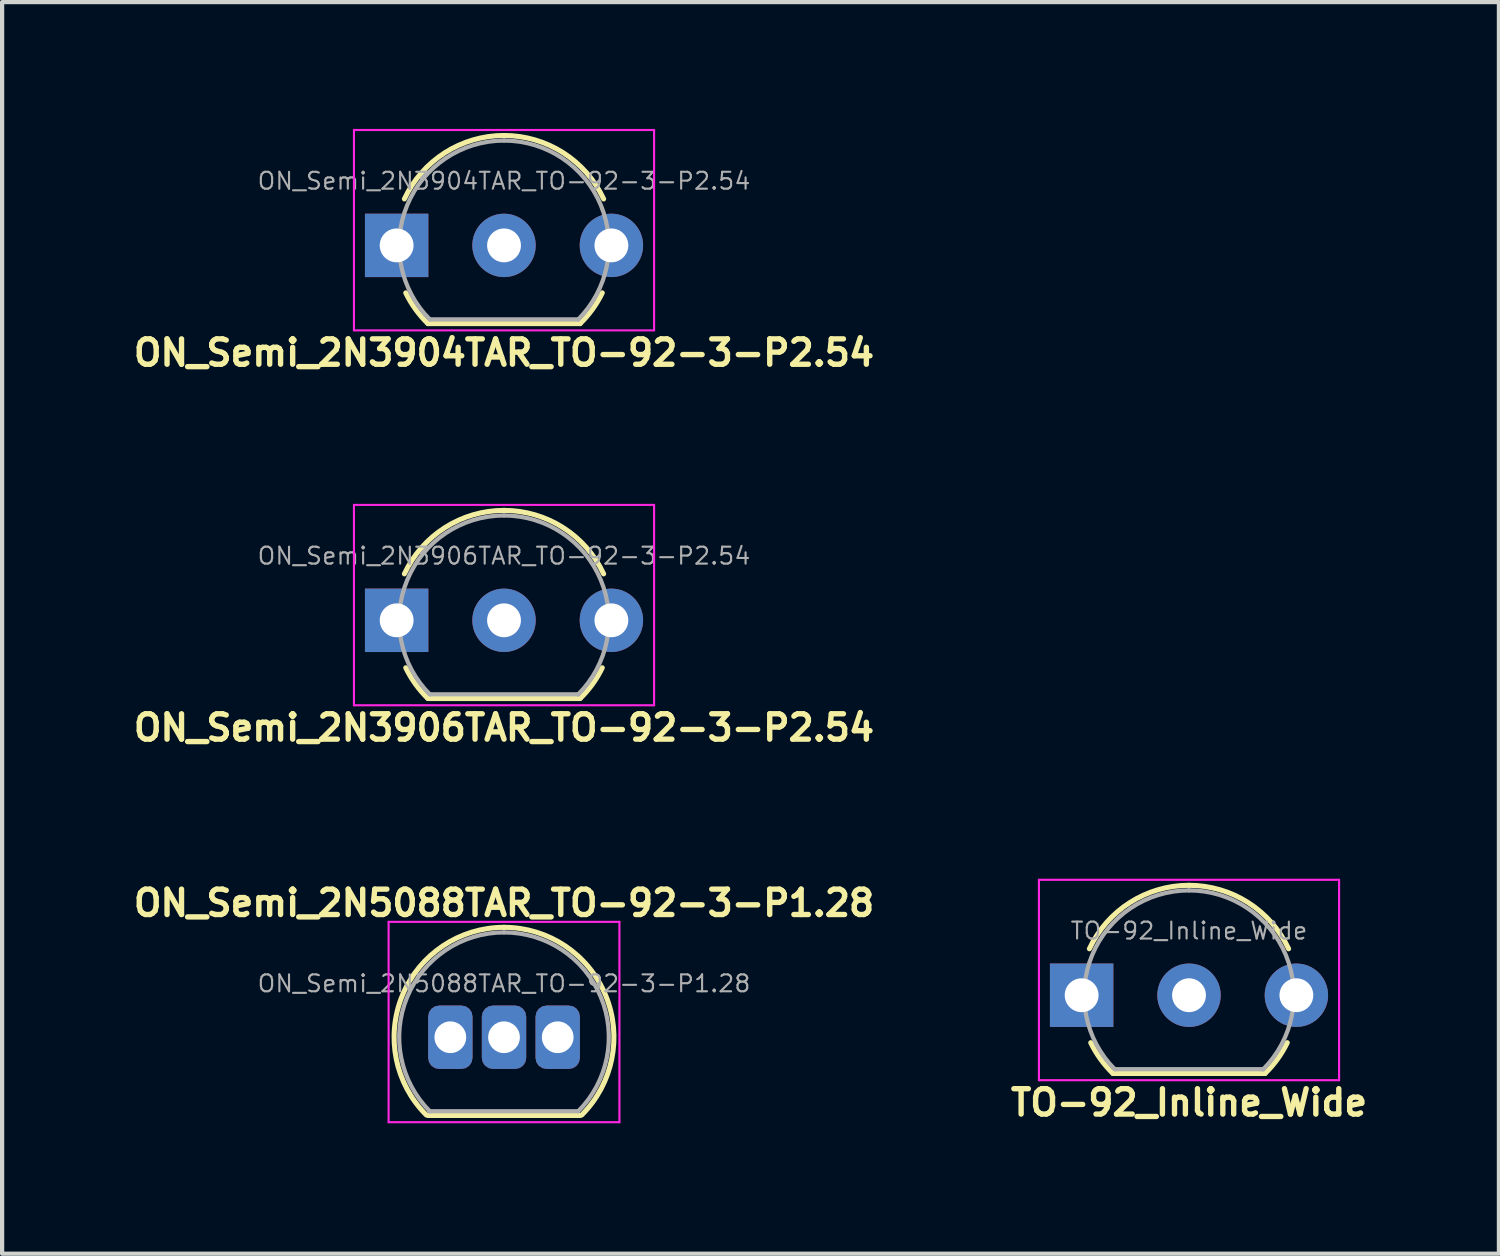
<source format=kicad_pcb>
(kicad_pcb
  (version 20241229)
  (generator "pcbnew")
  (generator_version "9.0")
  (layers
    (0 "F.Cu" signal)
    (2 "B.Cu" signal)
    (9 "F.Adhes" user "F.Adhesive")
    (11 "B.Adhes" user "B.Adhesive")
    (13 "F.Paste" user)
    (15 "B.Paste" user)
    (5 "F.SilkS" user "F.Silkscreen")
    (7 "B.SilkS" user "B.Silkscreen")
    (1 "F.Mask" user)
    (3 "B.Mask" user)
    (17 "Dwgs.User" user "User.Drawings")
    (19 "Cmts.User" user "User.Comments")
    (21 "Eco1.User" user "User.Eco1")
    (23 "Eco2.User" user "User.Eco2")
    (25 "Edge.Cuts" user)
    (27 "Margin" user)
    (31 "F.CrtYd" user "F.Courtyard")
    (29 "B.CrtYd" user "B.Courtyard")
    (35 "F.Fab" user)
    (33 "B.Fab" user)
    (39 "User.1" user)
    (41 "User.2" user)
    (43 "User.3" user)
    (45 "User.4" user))
  (footprint "ON_Semi_2N5088TAR_TO-92-3-P1.28"
    (layer "F.Cu")
    (at 8.873 21.487)
    (property "Reference" "ON_Semi_2N5088TAR_TO-92-3-P1.28" (at 0 -3.175 0) (layer "F.SilkS") (effects (font (size 0.6 0.6) (thickness 0.127))))
    (attr through_hole)
    (fp_line (start -1.8 1.85) (end 1.8 1.85) (stroke (width 0.12) (type solid)) (layer "F.SilkS"))
    (fp_arc (start -1.838478 1.838478) (mid -2.402087 -0.994977) (end 0 -2.6) (stroke (width 0.12) (type solid)) (layer "F.SilkS"))
    (fp_arc (start 0 -2.6) (mid 2.402087 -0.994977) (end 1.838478 1.838478) (stroke (width 0.12) (type solid)) (layer "F.SilkS"))
    (fp_line (start -2.73 -2.73) (end -2.73 2.01) (stroke (width 0.05) (type solid)) (layer "F.CrtYd"))
    (fp_line (start -2.73 -2.73) (end 2.73 -2.73) (stroke (width 0.05) (type solid)) (layer "F.CrtYd"))
    (fp_line (start 2.73 2.01) (end -2.73 2.01) (stroke (width 0.05) (type solid)) (layer "F.CrtYd"))
    (fp_line (start 2.73 2.01) (end 2.73 -2.73) (stroke (width 0.05) (type solid)) (layer "F.CrtYd"))
    (fp_line (start -1.77 1.75) (end 1.73 1.75) (stroke (width 0.1) (type solid)) (layer "F.Fab"))
    (fp_arc (start -1.753625 1.753625) (mid -2.291221 -0.949055) (end 0 -2.48) (stroke (width 0.1) (type solid)) (layer "F.Fab"))
    (fp_arc (start 0 -2.48) (mid 2.291221 -0.949055) (end 1.753625 1.753625) (stroke (width 0.1) (type solid)) (layer "F.Fab"))
    (fp_text user "${REFERENCE}" (at 0 -1.27 0) (layer "F.Fab") (effects (font (size 0.4 0.4) (thickness 0.05))))
    (pad "1" thru_hole roundrect (at -1.27 0) (size 1.05 1.5) (drill 0.75) (layers "*.Cu" "*.Mask") (roundrect_rratio 0.25))
    (pad "2" thru_hole roundrect (at 0 0) (size 1.05 1.5) (drill 0.75) (layers "*.Cu" "*.Mask") (roundrect_rratio 0.25))
    (pad "3" thru_hole roundrect (at 1.27 0) (size 1.05 1.5) (drill 0.75) (layers "*.Cu" "*.Mask") (roundrect_rratio 0.25)))
  (footprint "TO-92_Inline_Wide"
    (layer "F.Cu")
    (at 22.537 20.493)
    (property "Reference" "TO-92_Inline_Wide" (at 2.54 2.54 0) (layer "F.SilkS") (effects (font (size 0.6 0.6) (thickness 0.127))))
    (attr through_hole)
    (fp_line (start 0.74 1.85) (end 4.34 1.85) (stroke (width 0.12) (type solid)) (layer "F.SilkS"))
    (fp_arc (start 0.1836 -1.098807) (mid 1.143021 -2.192817) (end 2.54 -2.6) (stroke (width 0.12) (type solid)) (layer "F.SilkS"))
    (fp_arc (start 0.74 1.85) (mid 0.446097 1.509328) (end 0.215816 1.122795) (stroke (width 0.12) (type solid)) (layer "F.SilkS"))
    (fp_arc (start 2.54 -2.6) (mid 3.936979 -2.192818) (end 4.8964 -1.098807) (stroke (width 0.12) (type solid)) (layer "F.SilkS"))
    (fp_arc (start 4.864184 1.122795) (mid 4.633903 1.509328) (end 4.34 1.85) (stroke (width 0.12) (type solid)) (layer "F.SilkS"))
    (fp_line (start -1.01 -2.73) (end -1.01 2.01) (stroke (width 0.05) (type solid)) (layer "F.CrtYd"))
    (fp_line (start -1.01 -2.73) (end 6.09 -2.73) (stroke (width 0.05) (type solid)) (layer "F.CrtYd"))
    (fp_line (start 6.09 2.01) (end -1.01 2.01) (stroke (width 0.05) (type solid)) (layer "F.CrtYd"))
    (fp_line (start 6.09 2.01) (end 6.09 -2.73) (stroke (width 0.05) (type solid)) (layer "F.CrtYd"))
    (fp_line (start 0.8 1.75) (end 4.3 1.75) (stroke (width 0.1) (type solid)) (layer "F.Fab"))
    (fp_arc (start 0.786375 1.753625) (mid 0.248779 -0.949055) (end 2.54 -2.48) (stroke (width 0.1) (type solid)) (layer "F.Fab"))
    (fp_arc (start 2.54 -2.48) (mid 4.831221 -0.949055) (end 4.293625 1.753625) (stroke (width 0.1) (type solid)) (layer "F.Fab"))
    (fp_text user "${REFERENCE}" (at 2.54 -1.524 0) (layer "F.Fab") (effects (font (size 0.4 0.4) (thickness 0.05))))
    (pad "1" thru_hole rect (at 0 0 90) (size 1.5 1.5) (drill 0.8) (layers "*.Cu" "*.Mask"))
    (pad "2" thru_hole circle (at 2.54 0 90) (size 1.5 1.5) (drill 0.8) (layers "*.Cu" "*.Mask"))
    (pad "3" thru_hole circle (at 5.08 0 90) (size 1.5 1.5) (drill 0.8) (layers "*.Cu" "*.Mask")))
  (footprint "ON_Semi_2N3904TAR_TO-92-3-P2.54"
    (layer "F.Cu")
    (at 8.873 2.755)
    (property "Reference" "ON_Semi_2N3904TAR_TO-92-3-P2.54" (at 0 2.54 0) (layer "F.SilkS") (effects (font (size 0.6 0.6) (thickness 0.127))))
    (attr through_hole)
    (fp_line (start -1.8 1.85) (end 1.8 1.85) (stroke (width 0.12) (type solid)) (layer "F.SilkS"))
    (fp_arc (start -2.3564 -1.098807) (mid -1.396979 -2.192817) (end 0 -2.6) (stroke (width 0.12) (type solid)) (layer "F.SilkS"))
    (fp_arc (start -1.8 1.85) (mid -2.093903 1.509328) (end -2.324184 1.122795) (stroke (width 0.12) (type solid)) (layer "F.SilkS"))
    (fp_arc (start 0 -2.6) (mid 1.396979 -2.192818) (end 2.3564 -1.098807) (stroke (width 0.12) (type solid)) (layer "F.SilkS"))
    (fp_arc (start 2.324184 1.122795) (mid 2.093903 1.509328) (end 1.8 1.85) (stroke (width 0.12) (type solid)) (layer "F.SilkS"))
    (fp_line (start -3.55 -2.73) (end -3.55 2.01) (stroke (width 0.05) (type solid)) (layer "F.CrtYd"))
    (fp_line (start -3.55 -2.73) (end 3.55 -2.73) (stroke (width 0.05) (type solid)) (layer "F.CrtYd"))
    (fp_line (start 3.55 2.01) (end -3.55 2.01) (stroke (width 0.05) (type solid)) (layer "F.CrtYd"))
    (fp_line (start 3.55 2.01) (end 3.55 -2.73) (stroke (width 0.05) (type solid)) (layer "F.CrtYd"))
    (fp_line (start -1.74 1.75) (end 1.76 1.75) (stroke (width 0.1) (type solid)) (layer "F.Fab"))
    (fp_arc (start -1.753625 1.753625) (mid -2.291221 -0.949055) (end 0 -2.48) (stroke (width 0.1) (type solid)) (layer "F.Fab"))
    (fp_arc (start 0 -2.48) (mid 2.291221 -0.949055) (end 1.753625 1.753625) (stroke (width 0.1) (type solid)) (layer "F.Fab"))
    (fp_text user "${REFERENCE}" (at 0 -1.524 0) (layer "F.Fab") (effects (font (size 0.4 0.4) (thickness 0.05))))
    (pad "1" thru_hole rect (at -2.54 0 90) (size 1.5 1.5) (drill 0.8) (layers "*.Cu" "*.Mask"))
    (pad "2" thru_hole circle (at 0 0 90) (size 1.5 1.5) (drill 0.8) (layers "*.Cu" "*.Mask"))
    (pad "3" thru_hole circle (at 2.54 0 90) (size 1.5 1.5) (drill 0.8) (layers "*.Cu" "*.Mask")))
  (footprint "ON_Semi_2N3906TAR_TO-92-3-P2.54"
    (layer "F.Cu")
    (at 8.873 11.624)
    (property "Reference" "ON_Semi_2N3906TAR_TO-92-3-P2.54" (at 0 2.54 0) (layer "F.SilkS") (effects (font (size 0.6 0.6) (thickness 0.127))))
    (attr through_hole)
    (fp_line (start -1.8 1.85) (end 1.8 1.85) (stroke (width 0.12) (type solid)) (layer "F.SilkS"))
    (fp_arc (start -2.3564 -1.098807) (mid -1.396979 -2.192817) (end 0 -2.6) (stroke (width 0.12) (type solid)) (layer "F.SilkS"))
    (fp_arc (start -1.8 1.85) (mid -2.093903 1.509328) (end -2.324184 1.122795) (stroke (width 0.12) (type solid)) (layer "F.SilkS"))
    (fp_arc (start 0 -2.6) (mid 1.396979 -2.192818) (end 2.3564 -1.098807) (stroke (width 0.12) (type solid)) (layer "F.SilkS"))
    (fp_arc (start 2.324184 1.122795) (mid 2.093903 1.509328) (end 1.8 1.85) (stroke (width 0.12) (type solid)) (layer "F.SilkS"))
    (fp_line (start -3.55 -2.73) (end -3.55 2.01) (stroke (width 0.05) (type solid)) (layer "F.CrtYd"))
    (fp_line (start -3.55 -2.73) (end 3.55 -2.73) (stroke (width 0.05) (type solid)) (layer "F.CrtYd"))
    (fp_line (start 3.55 2.01) (end -3.55 2.01) (stroke (width 0.05) (type solid)) (layer "F.CrtYd"))
    (fp_line (start 3.55 2.01) (end 3.55 -2.73) (stroke (width 0.05) (type solid)) (layer "F.CrtYd"))
    (fp_line (start -1.74 1.75) (end 1.76 1.75) (stroke (width 0.1) (type solid)) (layer "F.Fab"))
    (fp_arc (start -1.753625 1.753625) (mid -2.291221 -0.949055) (end 0 -2.48) (stroke (width 0.1) (type solid)) (layer "F.Fab"))
    (fp_arc (start 0 -2.48) (mid 2.291221 -0.949055) (end 1.753625 1.753625) (stroke (width 0.1) (type solid)) (layer "F.Fab"))
    (fp_text user "${REFERENCE}" (at 0 -1.524 0) (layer "F.Fab") (effects (font (size 0.4 0.4) (thickness 0.05))))
    (pad "1" thru_hole rect (at -2.54 0 90) (size 1.5 1.5) (drill 0.8) (layers "*.Cu" "*.Mask"))
    (pad "2" thru_hole circle (at 0 0 90) (size 1.5 1.5) (drill 0.8) (layers "*.Cu" "*.Mask"))
    (pad "3" thru_hole circle (at 2.54 0 90) (size 1.5 1.5) (drill 0.8) (layers "*.Cu" "*.Mask")))
  (gr_rect
    (start -3 -3)
    (end 32.408 26.607)
    (stroke (width 0.1) (type default))
    (fill no)
    (layer "Edge.Cuts")))
</source>
